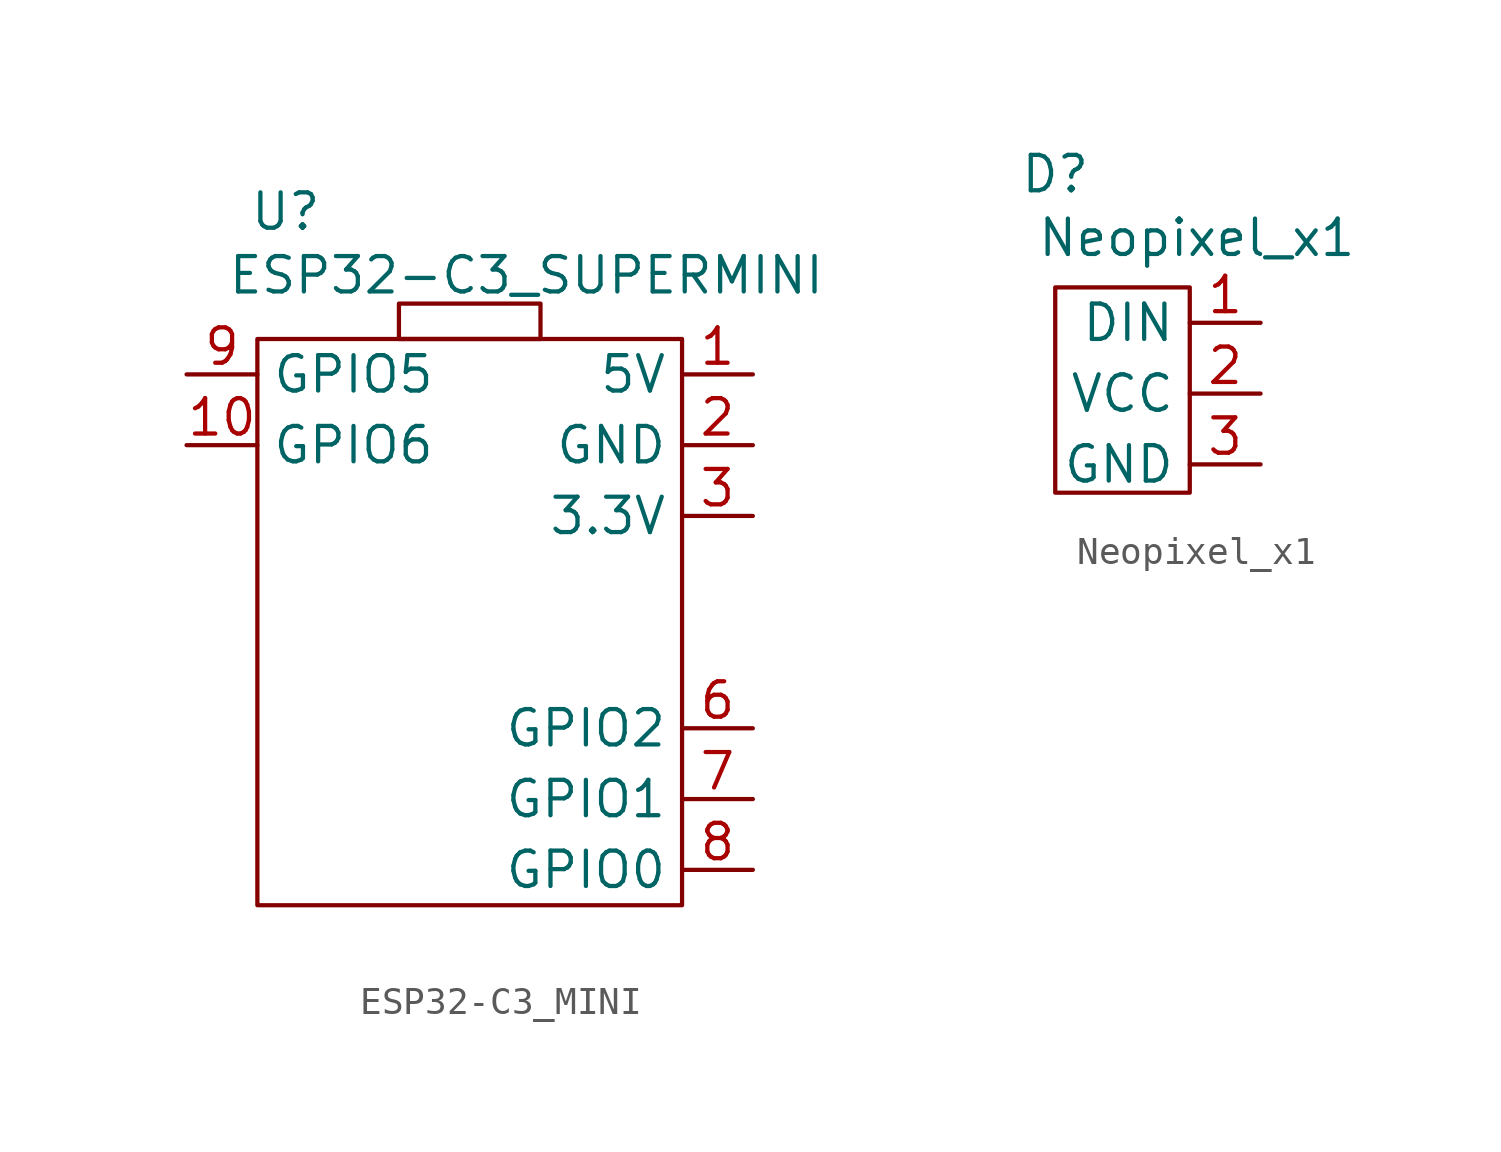
<source format=kicad_sym>
(kicad_symbol_lib
  (version 20241209)
  (generator "kicad_symbol_editor")
  (generator_version "9.0")
  (symbol "ESP32-C3_MINI"
    (property "Reference" "U"
      (at -6.604 14.732 0)
      (effects (font (size 1.27 1.27))))
    (property "Value" "ESP32-C3_SUPERMINI"
      (at 2.032 12.446 0)
      (effects (font (size 1.27 1.27))))
    (symbol "ESP32-C3_MINI_0_1"
      (rectangle (start -7.62 10.16) (end 7.62 -10.16) (stroke (width 0) (type default)) (fill (type none)))
      (rectangle (start -2.54 10.16) (end 2.54 11.43) (stroke (width 0) (type default)) (fill (type none))))
    (symbol "ESP32-C3_MINI_1_1"
      (pin bidirectional line (at -10.16 8.89 0) (length 2.54) (name "GPIO5" (effects (font (size 1.27 1.27)))) (number "9" (effects (font (size 1.27 1.27)))))
      (pin bidirectional line (at -10.16 6.35 0) (length 2.54) (name "GPIO6" (effects (font (size 1.27 1.27)))) (number "10" (effects (font (size 1.27 1.27)))))
      (pin power_in line (at 10.16 8.89 180) (length 2.54) (name "5V" (effects (font (size 1.27 1.27)))) (number "1" (effects (font (size 1.27 1.27)))))
      (pin power_in line (at 10.16 6.35 180) (length 2.54) (name "GND" (effects (font (size 1.27 1.27)))) (number "2" (effects (font (size 1.27 1.27)))))
      (pin power_out line (at 10.16 3.81 180) (length 2.54) (name "3.3V" (effects (font (size 1.27 1.27)))) (number "3" (effects (font (size 1.27 1.27)))))
      (pin bidirectional line (at 10.16 -3.81 180) (length 2.54) (name "GPIO2" (effects (font (size 1.27 1.27)))) (number "6" (effects (font (size 1.27 1.27)))))
      (pin bidirectional line (at 10.16 -6.35 180) (length 2.54) (name "GPIO1" (effects (font (size 1.27 1.27)))) (number "7" (effects (font (size 1.27 1.27)))))
      (pin bidirectional line (at 10.16 -8.89 180) (length 2.54) (name "GPIO0" (effects (font (size 1.27 1.27)))) (number "8" (effects (font (size 1.27 1.27)))))))
  (symbol "Neopixel_x1"
    (property "Reference" "D"
      (at -2.286 7.874 0)
      (effects (font (size 1.27 1.27))))
    (property "Value" "Neopixel_x1"
      (at 2.794 5.588 0)
      (effects (font (size 1.27 1.27))))
    (symbol "Neopixel_x1_0_1"
      (polyline (pts (xy -2.286 3.81) (xy 2.54 3.81) (xy 2.54 -3.556) (xy -2.286 -3.556) (xy -2.286 3.81)) (stroke (width 0) (type default)) (fill (type none))))
    (symbol "Neopixel_x1_1_1"
      (pin input line (at 5.08 2.54 180) (length 2.54) (name "DIN" (effects (font (size 1.27 1.27)))) (number "1" (effects (font (size 1.27 1.27)))))
      (pin power_in line (at 5.08 0 180) (length 2.54) (name "VCC" (effects (font (size 1.27 1.27)))) (number "2" (effects (font (size 1.27 1.27)))))
      (pin passive line (at 5.08 -2.54 180) (length 2.54) (name "GND" (effects (font (size 1.27 1.27)))) (number "3" (effects (font (size 1.27 1.27))))))))
</source>
